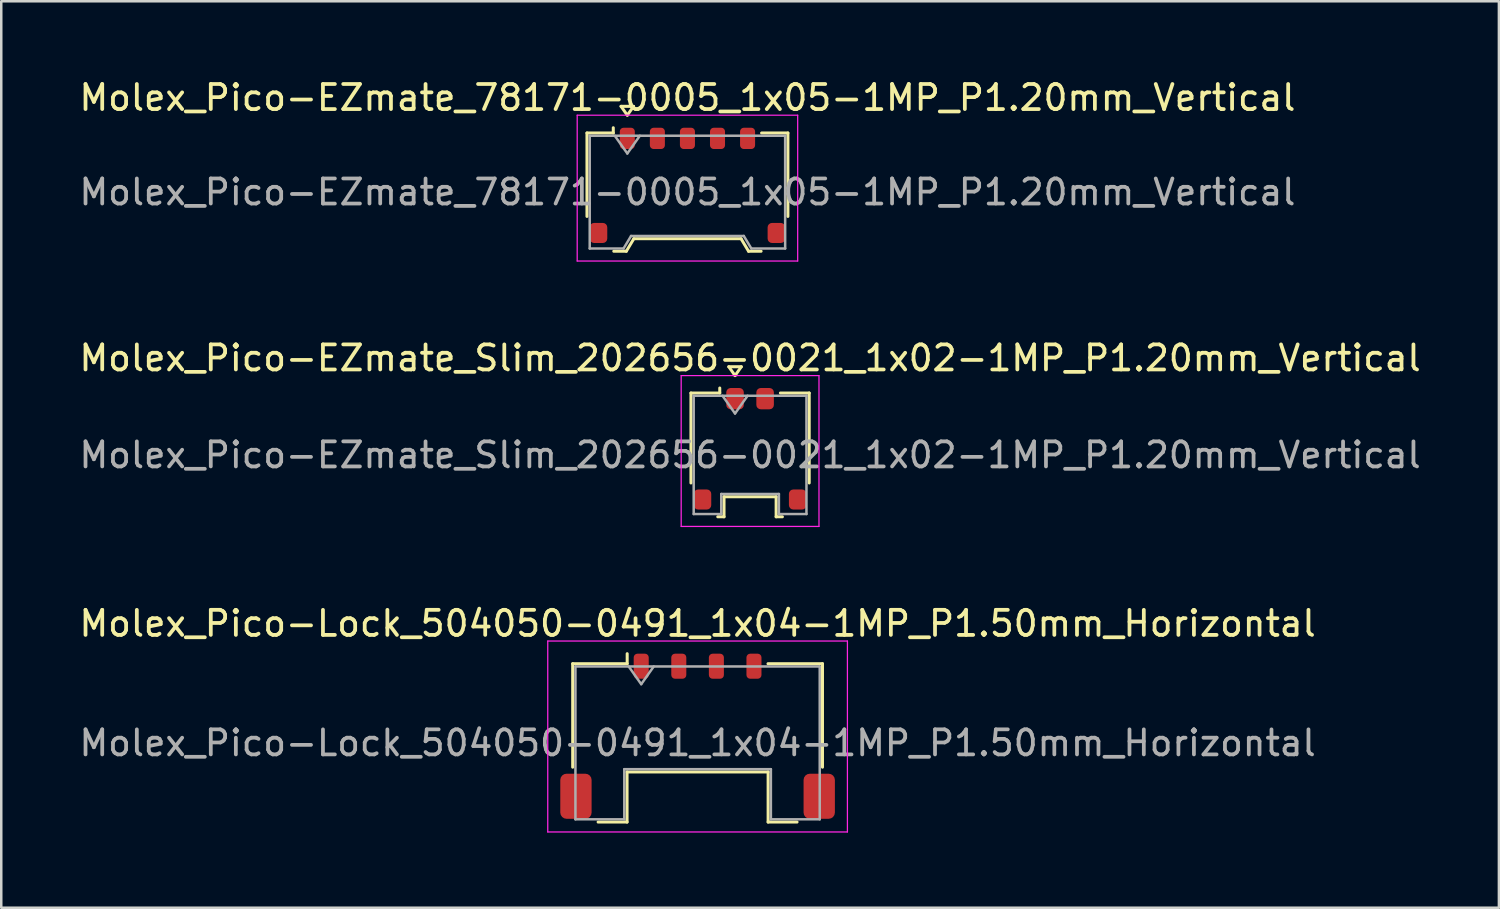
<source format=kicad_pcb>
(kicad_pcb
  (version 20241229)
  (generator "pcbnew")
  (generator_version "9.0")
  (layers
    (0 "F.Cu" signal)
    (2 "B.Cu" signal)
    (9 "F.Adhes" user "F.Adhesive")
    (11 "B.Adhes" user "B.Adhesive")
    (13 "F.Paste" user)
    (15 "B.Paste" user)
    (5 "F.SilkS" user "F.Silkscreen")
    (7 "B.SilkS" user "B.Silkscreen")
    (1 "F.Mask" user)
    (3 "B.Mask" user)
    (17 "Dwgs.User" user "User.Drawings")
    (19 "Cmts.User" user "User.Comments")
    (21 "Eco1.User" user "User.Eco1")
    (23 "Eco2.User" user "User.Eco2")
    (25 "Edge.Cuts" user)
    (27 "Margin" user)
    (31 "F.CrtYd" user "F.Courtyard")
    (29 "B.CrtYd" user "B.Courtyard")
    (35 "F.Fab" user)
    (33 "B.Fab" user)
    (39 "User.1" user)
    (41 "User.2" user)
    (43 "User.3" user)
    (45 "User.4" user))
  (footprint "Molex_Pico-EZmate_78171-0005_1x05-1MP_P1.20mm_Vertical"
    (layer "F.Cu")
    (at 24.387 4.348)
    (property "Reference" "Molex_Pico-EZmate_78171-0005_1x05-1MP_P1.20mm_Vertical" (at 0 -3.5 0) (layer "F.SilkS") (effects (font (size 1 1) (thickness 0.15))))
    (attr smd)
    (fp_line (start -4.01 -2.09) (end -2.96 -2.09) (stroke (width 0.12) (type solid)) (layer "F.SilkS"))
    (fp_line (start -4.01 1.24) (end -4.01 -2.09) (stroke (width 0.12) (type solid)) (layer "F.SilkS"))
    (fp_line (start -2.96 -2.09) (end -2.96 -2.3) (stroke (width 0.12) (type solid)) (layer "F.SilkS"))
    (fp_line (start -2.94 2.63) (end -2.44 2.63) (stroke (width 0.12) (type solid)) (layer "F.SilkS"))
    (fp_line (start -2.65 -3.154) (end -2.4 -2.8) (stroke (width 0.12) (type solid)) (layer "F.SilkS"))
    (fp_line (start -2.44 2.63) (end -2.14 2.13) (stroke (width 0.12) (type solid)) (layer "F.SilkS"))
    (fp_line (start -2.4 -2.8) (end -2.15 -3.154) (stroke (width 0.12) (type solid)) (layer "F.SilkS"))
    (fp_line (start -2.15 -3.154) (end -2.65 -3.154) (stroke (width 0.12) (type solid)) (layer "F.SilkS"))
    (fp_line (start -2.14 2.13) (end 2.14 2.13) (stroke (width 0.12) (type solid)) (layer "F.SilkS"))
    (fp_line (start 2.14 2.13) (end 2.44 2.63) (stroke (width 0.12) (type solid)) (layer "F.SilkS"))
    (fp_line (start 2.44 2.63) (end 2.94 2.63) (stroke (width 0.12) (type solid)) (layer "F.SilkS"))
    (fp_line (start 4.01 -2.09) (end 2.96 -2.09) (stroke (width 0.12) (type solid)) (layer "F.SilkS"))
    (fp_line (start 4.01 1.24) (end 4.01 -2.09) (stroke (width 0.12) (type solid)) (layer "F.SilkS"))
    (fp_line (start -4.4 -2.8) (end -4.4 3.02) (stroke (width 0.05) (type solid)) (layer "F.CrtYd"))
    (fp_line (start -4.4 3.02) (end 4.4 3.02) (stroke (width 0.05) (type solid)) (layer "F.CrtYd"))
    (fp_line (start 4.4 -2.8) (end -4.4 -2.8) (stroke (width 0.05) (type solid)) (layer "F.CrtYd"))
    (fp_line (start 4.4 3.02) (end 4.4 -2.8) (stroke (width 0.05) (type solid)) (layer "F.CrtYd"))
    (fp_line (start -3.9 -1.98) (end -3.9 2.52) (stroke (width 0.1) (type solid)) (layer "F.Fab"))
    (fp_line (start -3.9 -1.98) (end 3.9 -1.98) (stroke (width 0.1) (type solid)) (layer "F.Fab"))
    (fp_line (start -3.9 2.52) (end -2.55 2.52) (stroke (width 0.1) (type solid)) (layer "F.Fab"))
    (fp_line (start -2.9 -1.98) (end -2.4 -1.273) (stroke (width 0.1) (type solid)) (layer "F.Fab"))
    (fp_line (start -2.55 2.52) (end -2.25 2.02) (stroke (width 0.1) (type solid)) (layer "F.Fab"))
    (fp_line (start -2.4 -1.273) (end -1.9 -1.98) (stroke (width 0.1) (type solid)) (layer "F.Fab"))
    (fp_line (start -2.25 2.02) (end 2.25 2.02) (stroke (width 0.1) (type solid)) (layer "F.Fab"))
    (fp_line (start 2.25 2.02) (end 2.55 2.52) (stroke (width 0.1) (type solid)) (layer "F.Fab"))
    (fp_line (start 2.55 2.52) (end 3.9 2.52) (stroke (width 0.1) (type solid)) (layer "F.Fab"))
    (fp_line (start 3.9 -1.98) (end 3.9 2.52) (stroke (width 0.1) (type solid)) (layer "F.Fab"))
    (fp_text user "${REFERENCE}" (at 0 0.27 0) (layer "F.Fab") (effects (font (size 1 1) (thickness 0.15))))
    (pad "1" smd roundrect (at -2.4 -1.875) (size 0.6 0.85) (layers "F.Cu" "F.Mask" "F.Paste") (roundrect_rratio 0.25))
    (pad "2" smd roundrect (at -1.2 -1.875) (size 0.6 0.85) (layers "F.Cu" "F.Mask" "F.Paste") (roundrect_rratio 0.25))
    (pad "3" smd roundrect (at 0 -1.875) (size 0.6 0.85) (layers "F.Cu" "F.Mask" "F.Paste") (roundrect_rratio 0.25))
    (pad "4" smd roundrect (at 1.2 -1.875) (size 0.6 0.85) (layers "F.Cu" "F.Mask" "F.Paste") (roundrect_rratio 0.25))
    (pad "5" smd roundrect (at 2.4 -1.875) (size 0.6 0.85) (layers "F.Cu" "F.Mask" "F.Paste") (roundrect_rratio 0.25))
    (pad "MP" smd roundrect (at -3.55 1.9) (size 0.7 0.8) (layers "F.Cu" "F.Mask" "F.Paste") (roundrect_rratio 0.25))
    (pad "MP" smd roundrect (at 3.55 1.9) (size 0.7 0.8) (layers "F.Cu" "F.Mask" "F.Paste") (roundrect_rratio 0.25)))
  (footprint "Molex_Pico-Lock_504050-0491_1x04-1MP_P1.50mm_Horizontal"
    (layer "F.Cu")
    (at 24.792 26.335)
    (property "Reference" "Molex_Pico-Lock_504050-0491_1x04-1MP_P1.50mm_Horizontal" (at 0 -4.5 0) (layer "F.SilkS") (effects (font (size 1 1) (thickness 0.15))))
    (attr smd)
    (fp_line (start -4.985 -2.895) (end -2.81 -2.895) (stroke (width 0.12) (type solid)) (layer "F.SilkS"))
    (fp_line (start -4.985 1.235) (end -4.985 -2.895) (stroke (width 0.12) (type solid)) (layer "F.SilkS"))
    (fp_line (start -3.97 3.425) (end -2.815 3.425) (stroke (width 0.12) (type solid)) (layer "F.SilkS"))
    (fp_line (start -2.815 1.425) (end 2.815 1.425) (stroke (width 0.12) (type solid)) (layer "F.SilkS"))
    (fp_line (start -2.815 3.425) (end -2.815 1.425) (stroke (width 0.12) (type solid)) (layer "F.SilkS"))
    (fp_line (start -2.81 -2.895) (end -2.81 -3.295) (stroke (width 0.12) (type solid)) (layer "F.SilkS"))
    (fp_line (start 2.815 1.425) (end 2.815 3.425) (stroke (width 0.12) (type solid)) (layer "F.SilkS"))
    (fp_line (start 2.815 3.425) (end 3.97 3.425) (stroke (width 0.12) (type solid)) (layer "F.SilkS"))
    (fp_line (start 4.985 -2.895) (end 2.81 -2.895) (stroke (width 0.12) (type solid)) (layer "F.SilkS"))
    (fp_line (start 4.985 1.235) (end 4.985 -2.895) (stroke (width 0.12) (type solid)) (layer "F.SilkS"))
    (fp_line (start -5.98 -3.8) (end -5.98 3.82) (stroke (width 0.05) (type solid)) (layer "F.CrtYd"))
    (fp_line (start -5.98 3.82) (end 5.98 3.82) (stroke (width 0.05) (type solid)) (layer "F.CrtYd"))
    (fp_line (start 5.98 -3.8) (end -5.98 -3.8) (stroke (width 0.05) (type solid)) (layer "F.CrtYd"))
    (fp_line (start 5.98 3.82) (end 5.98 -3.8) (stroke (width 0.05) (type solid)) (layer "F.CrtYd"))
    (fp_line (start -4.875 -2.785) (end -4.875 3.315) (stroke (width 0.1) (type solid)) (layer "F.Fab"))
    (fp_line (start -4.875 -2.785) (end 4.875 -2.785) (stroke (width 0.1) (type solid)) (layer "F.Fab"))
    (fp_line (start -4.875 3.315) (end -2.925 3.315) (stroke (width 0.1) (type solid)) (layer "F.Fab"))
    (fp_line (start -2.925 1.315) (end 2.925 1.315) (stroke (width 0.1) (type solid)) (layer "F.Fab"))
    (fp_line (start -2.925 3.315) (end -2.925 1.315) (stroke (width 0.1) (type solid)) (layer "F.Fab"))
    (fp_line (start -2.75 -2.785) (end -2.25 -2.078) (stroke (width 0.1) (type solid)) (layer "F.Fab"))
    (fp_line (start -2.25 -2.078) (end -1.75 -2.785) (stroke (width 0.1) (type solid)) (layer "F.Fab"))
    (fp_line (start 2.925 1.315) (end 2.925 3.315) (stroke (width 0.1) (type solid)) (layer "F.Fab"))
    (fp_line (start 2.925 3.315) (end 4.875 3.315) (stroke (width 0.1) (type solid)) (layer "F.Fab"))
    (fp_line (start 4.875 -2.785) (end 4.875 3.315) (stroke (width 0.1) (type solid)) (layer "F.Fab"))
    (fp_text user "${REFERENCE}" (at 0 0.27 0) (layer "F.Fab") (effects (font (size 1 1) (thickness 0.15))))
    (pad "1" smd roundrect (at -2.25 -2.795) (size 0.6 1) (layers "F.Cu" "F.Mask" "F.Paste") (roundrect_rratio 0.25))
    (pad "2" smd roundrect (at -0.75 -2.795) (size 0.6 1) (layers "F.Cu" "F.Mask" "F.Paste") (roundrect_rratio 0.25))
    (pad "3" smd roundrect (at 0.75 -2.795) (size 0.6 1) (layers "F.Cu" "F.Mask" "F.Paste") (roundrect_rratio 0.25))
    (pad "4" smd roundrect (at 2.25 -2.795) (size 0.6 1) (layers "F.Cu" "F.Mask" "F.Paste") (roundrect_rratio 0.25))
    (pad "MP" smd roundrect (at -4.855 2.395) (size 1.25 1.8) (layers "F.Cu" "F.Mask" "F.Paste") (roundrect_rratio 0.2))
    (pad "MP" smd roundrect (at 4.855 2.395) (size 1.25 1.8) (layers "F.Cu" "F.Mask" "F.Paste") (roundrect_rratio 0.2)))
  (footprint "Molex_Pico-EZmate_Slim_202656-0021_1x02-1MP_P1.20mm_Vertical"
    (layer "F.Cu")
    (at 26.887 14.861)
    (property "Reference" "Molex_Pico-EZmate_Slim_202656-0021_1x02-1MP_P1.20mm_Vertical" (at 0 -3.62 0) (layer "F.SilkS") (effects (font (size 1 1) (thickness 0.15))))
    (attr smd)
    (fp_line (start -2.36 -2.225) (end -1.21 -2.225) (stroke (width 0.12) (type solid)) (layer "F.SilkS"))
    (fp_line (start -2.36 1.365) (end -2.36 -2.225) (stroke (width 0.12) (type solid)) (layer "F.SilkS"))
    (fp_line (start -1.29 2.715) (end -1.04 2.715) (stroke (width 0.12) (type solid)) (layer "F.SilkS"))
    (fp_line (start -1.21 -2.225) (end -1.21 -2.425) (stroke (width 0.12) (type solid)) (layer "F.SilkS"))
    (fp_line (start -1.04 1.915) (end 1.04 1.915) (stroke (width 0.12) (type solid)) (layer "F.SilkS"))
    (fp_line (start -1.04 2.715) (end -1.04 1.915) (stroke (width 0.12) (type solid)) (layer "F.SilkS"))
    (fp_line (start -0.85 -3.274) (end -0.6 -2.92) (stroke (width 0.12) (type solid)) (layer "F.SilkS"))
    (fp_line (start -0.6 -2.92) (end -0.35 -3.274) (stroke (width 0.12) (type solid)) (layer "F.SilkS"))
    (fp_line (start -0.35 -3.274) (end -0.85 -3.274) (stroke (width 0.12) (type solid)) (layer "F.SilkS"))
    (fp_line (start 1.04 1.915) (end 1.04 2.715) (stroke (width 0.12) (type solid)) (layer "F.SilkS"))
    (fp_line (start 1.04 2.715) (end 1.29 2.715) (stroke (width 0.12) (type solid)) (layer "F.SilkS"))
    (fp_line (start 2.36 -2.225) (end 1.21 -2.225) (stroke (width 0.12) (type solid)) (layer "F.SilkS"))
    (fp_line (start 2.36 1.365) (end 2.36 -2.225) (stroke (width 0.12) (type solid)) (layer "F.SilkS"))
    (fp_line (start -2.75 -2.92) (end -2.75 3.1) (stroke (width 0.05) (type solid)) (layer "F.CrtYd"))
    (fp_line (start -2.75 3.1) (end 2.75 3.1) (stroke (width 0.05) (type solid)) (layer "F.CrtYd"))
    (fp_line (start 2.75 -2.92) (end -2.75 -2.92) (stroke (width 0.05) (type solid)) (layer "F.CrtYd"))
    (fp_line (start 2.75 3.1) (end 2.75 -2.92) (stroke (width 0.05) (type solid)) (layer "F.CrtYd"))
    (fp_line (start -2.25 -2.115) (end -2.25 2.605) (stroke (width 0.1) (type solid)) (layer "F.Fab"))
    (fp_line (start -2.25 -2.115) (end 2.25 -2.115) (stroke (width 0.1) (type solid)) (layer "F.Fab"))
    (fp_line (start -2.25 2.605) (end -1.15 2.605) (stroke (width 0.1) (type solid)) (layer "F.Fab"))
    (fp_line (start -1.15 1.805) (end 1.15 1.805) (stroke (width 0.1) (type solid)) (layer "F.Fab"))
    (fp_line (start -1.15 2.605) (end -1.15 1.805) (stroke (width 0.1) (type solid)) (layer "F.Fab"))
    (fp_line (start -1.1 -2.115) (end -0.6 -1.408) (stroke (width 0.1) (type solid)) (layer "F.Fab"))
    (fp_line (start -0.6 -1.408) (end -0.1 -2.115) (stroke (width 0.1) (type solid)) (layer "F.Fab"))
    (fp_line (start 1.15 1.805) (end 1.15 2.605) (stroke (width 0.1) (type solid)) (layer "F.Fab"))
    (fp_line (start 1.15 2.605) (end 2.25 2.605) (stroke (width 0.1) (type solid)) (layer "F.Fab"))
    (fp_line (start 2.25 -2.115) (end 2.25 2.605) (stroke (width 0.1) (type solid)) (layer "F.Fab"))
    (fp_text user "${REFERENCE}" (at 0 0.25 0) (layer "F.Fab") (effects (font (size 1 1) (thickness 0.15))))
    (pad "1" smd roundrect (at -0.6 -2) (size 0.7 0.85) (layers "F.Cu" "F.Mask" "F.Paste") (roundrect_rratio 0.25))
    (pad "2" smd roundrect (at 0.6 -2) (size 0.7 0.85) (layers "F.Cu" "F.Mask" "F.Paste") (roundrect_rratio 0.25))
    (pad "MP" smd roundrect (at -1.9 2.025) (size 0.7 0.8) (layers "F.Cu" "F.Mask" "F.Paste") (roundrect_rratio 0.25))
    (pad "MP" smd roundrect (at 1.9 2.025) (size 0.7 0.8) (layers "F.Cu" "F.Mask" "F.Paste") (roundrect_rratio 0.25)))
  (gr_rect
    (start -3 -3)
    (end 56.774 33.18)
    (stroke (width 0.1) (type default))
    (fill no)
    (layer "Edge.Cuts")))
</source>
